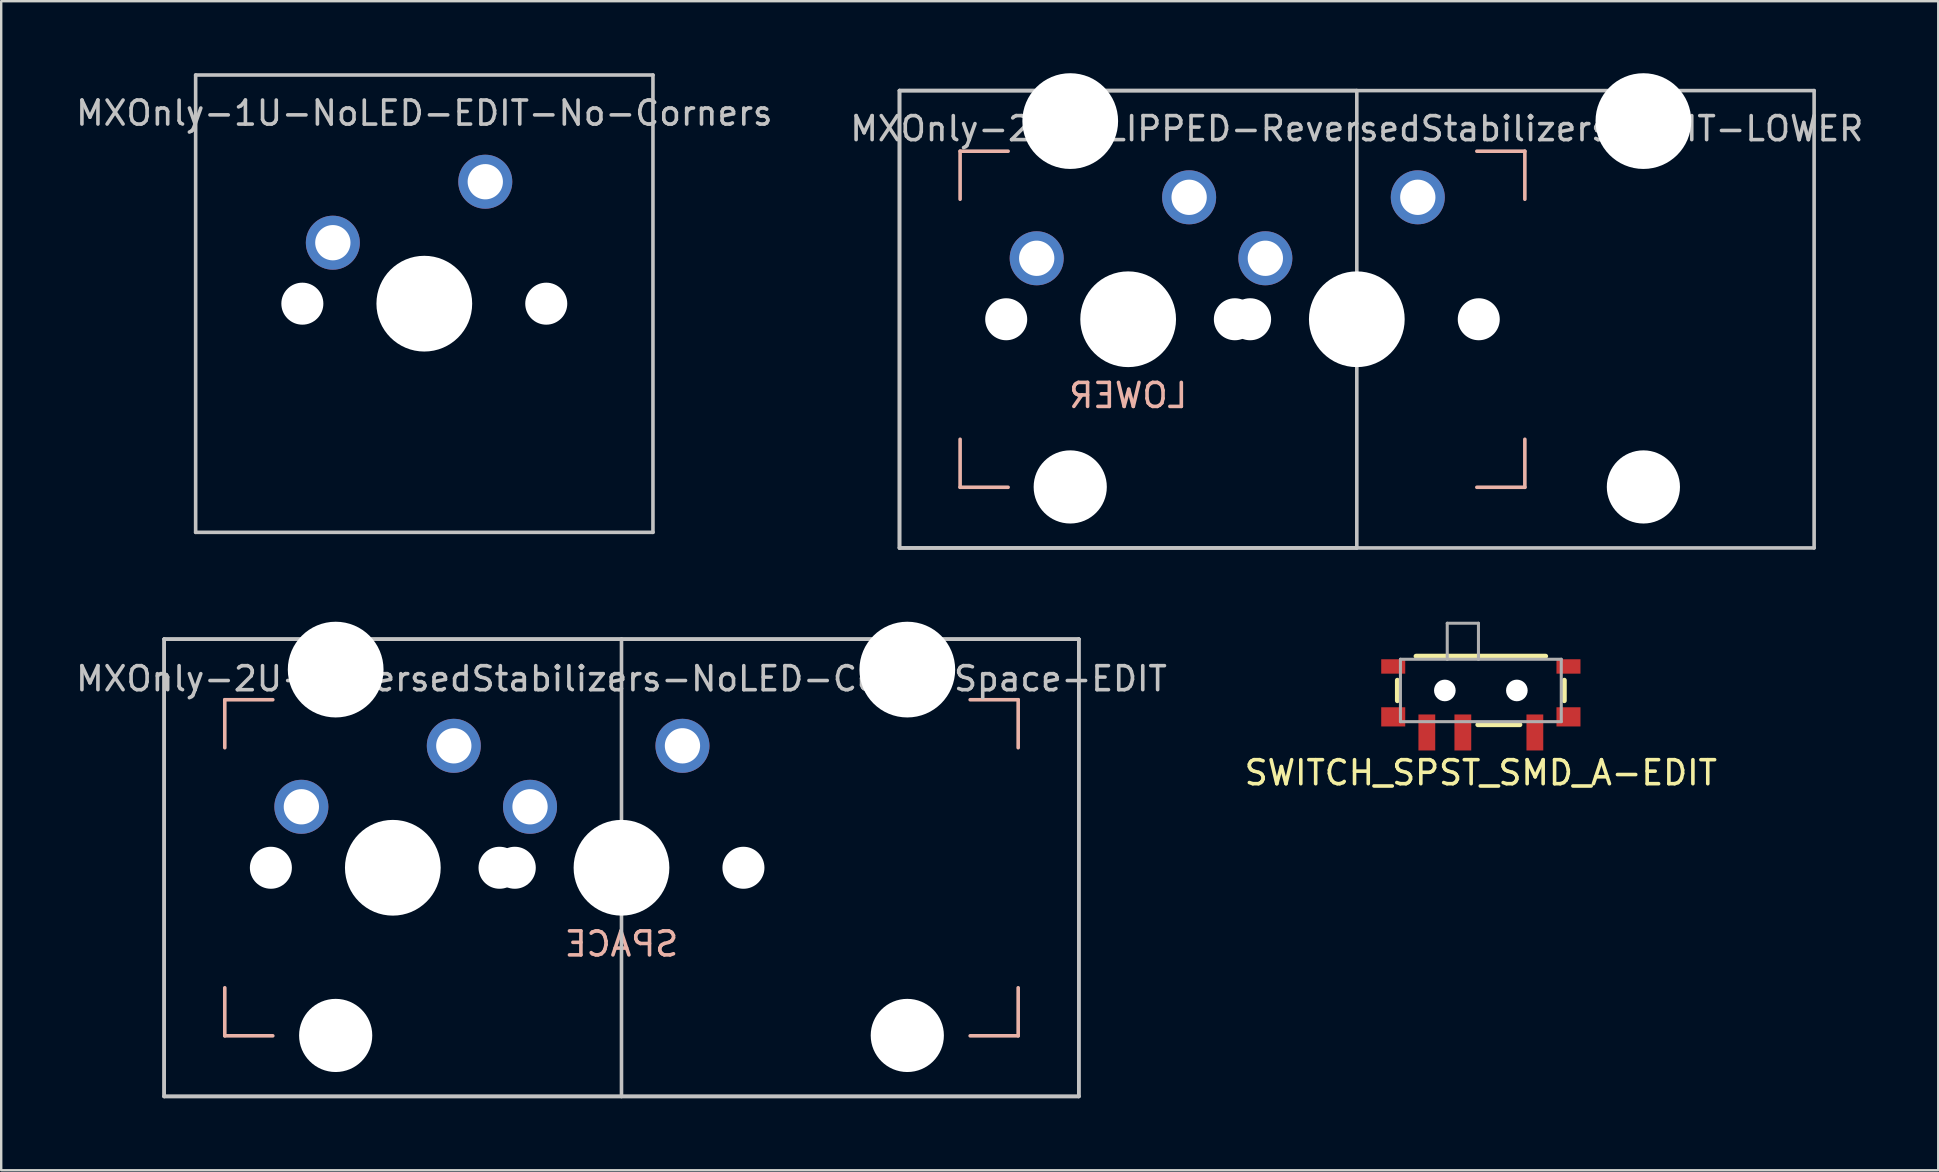
<source format=kicad_pcb>
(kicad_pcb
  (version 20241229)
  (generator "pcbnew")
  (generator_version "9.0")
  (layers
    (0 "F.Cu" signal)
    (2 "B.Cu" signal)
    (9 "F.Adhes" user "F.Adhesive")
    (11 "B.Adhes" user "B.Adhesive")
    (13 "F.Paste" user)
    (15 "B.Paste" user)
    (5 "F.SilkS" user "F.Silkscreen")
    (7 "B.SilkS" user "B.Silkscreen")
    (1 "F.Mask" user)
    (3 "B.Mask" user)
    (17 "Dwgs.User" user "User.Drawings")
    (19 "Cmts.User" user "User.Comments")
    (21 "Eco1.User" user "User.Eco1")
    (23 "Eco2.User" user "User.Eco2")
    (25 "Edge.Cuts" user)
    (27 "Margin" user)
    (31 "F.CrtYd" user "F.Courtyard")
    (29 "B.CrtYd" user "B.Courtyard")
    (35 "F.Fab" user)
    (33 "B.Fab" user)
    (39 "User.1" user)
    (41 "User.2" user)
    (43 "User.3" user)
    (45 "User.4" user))
  (footprint "MXOnly-1U-NoLED-EDIT-No-Corners"
    (layer "F.Cu")
    (at 14.625 9.6)
    (property "Reference" "MXOnly-1U-NoLED-EDIT-No-Corners" (at 0 -7.938 0) (layer "Dwgs.User") (effects (font (size 1 1) (thickness 0.15))))
    (attr through_hole)
    (fp_line (start -9.525 -9.525) (end 9.525 -9.525) (stroke (width 0.15) (type solid)) (layer "Dwgs.User"))
    (fp_line (start -9.525 9.525) (end -9.525 -9.525) (stroke (width 0.15) (type solid)) (layer "Dwgs.User"))
    (fp_line (start 9.525 -9.525) (end 9.525 9.525) (stroke (width 0.15) (type solid)) (layer "Dwgs.User"))
    (fp_line (start 9.525 9.525) (end -9.525 9.525) (stroke (width 0.15) (type solid)) (layer "Dwgs.User"))
    (pad "" np_thru_hole circle (at -5.08 0 48.1) (size 1.75 1.75) (drill 1.75) (layers "*.Cu" "*.Mask"))
    (pad "" np_thru_hole circle (at 0 0) (size 3.988 3.988) (drill 3.988) (layers "*.Cu" "*.Mask"))
    (pad "" np_thru_hole circle (at 5.08 0 48.1) (size 1.75 1.75) (drill 1.75) (layers "*.Cu" "*.Mask"))
    (pad "1" thru_hole circle (at -3.81 -2.54) (size 2.25 2.25) (drill 1.47) (layers "*.Cu" "B.Mask"))
    (pad "2" thru_hole circle (at 2.54 -5.08) (size 2.25 2.25) (drill 1.47) (layers "*.Cu" "B.Mask")))
  (footprint "SWITCH_SPST_SMD_A-EDIT"
    (layer "F.Cu")
    (at 58.637 25.712)
    (property "Reference" "SWITCH_SPST_SMD_A-EDIT" (at 0 3.429 0) (layer "F.SilkS") (effects (font (size 1 1) (thickness 0.15))))
    (attr through_hole)
    (fp_line (start -3.477 -0.427) (end -3.477 0.427) (stroke (width 0.203) (type solid)) (layer "F.SilkS"))
    (fp_line (start 1.627 1.427) (end -0.127 1.427) (stroke (width 0.203) (type solid)) (layer "F.SilkS"))
    (fp_line (start 2.7 -1.427) (end -2.7 -1.427) (stroke (width 0.203) (type solid)) (layer "F.SilkS"))
    (fp_line (start 3.477 -0.427) (end 3.477 0.427) (stroke (width 0.203) (type solid)) (layer "F.SilkS"))
    (fp_line (start -3.35 -1.3) (end -3.35 1.3) (stroke (width 0.127) (type solid)) (layer "F.Fab"))
    (fp_line (start -3.35 1.3) (end 3.35 1.3) (stroke (width 0.127) (type solid)) (layer "F.Fab"))
    (fp_line (start -1.4 -2.8) (end -1.4 -1.3) (stroke (width 0.127) (type solid)) (layer "F.Fab"))
    (fp_line (start -1.4 -1.3) (end -3.35 -1.3) (stroke (width 0.127) (type solid)) (layer "F.Fab"))
    (fp_line (start -0.1 -2.8) (end -1.4 -2.8) (stroke (width 0.127) (type solid)) (layer "F.Fab"))
    (fp_line (start -0.1 -1.3) (end -1.4 -1.3) (stroke (width 0.127) (type solid)) (layer "F.Fab"))
    (fp_line (start -0.1 -1.3) (end -0.1 -2.8) (stroke (width 0.127) (type solid)) (layer "F.Fab"))
    (fp_line (start 3.35 -1.3) (end -0.1 -1.3) (stroke (width 0.127) (type solid)) (layer "F.Fab"))
    (fp_line (start 3.35 1.3) (end 3.35 -1.3) (stroke (width 0.127) (type solid)) (layer "F.Fab"))
    (pad "" np_thru_hole circle (at -1.5 0) (size 0.9 0.9) (drill 0.9) (layers "*.Cu" "*.Mask"))
    (pad "" np_thru_hole circle (at 1.5 0) (size 0.9 0.9) (drill 0.9) (layers "*.Cu" "*.Mask"))
    (pad "1" smd rect (at -2.25 1.75 180) (size 0.7 1.5) (layers "F.Cu" "F.Mask" "F.Paste"))
    (pad "2" smd rect (at -0.75 1.75 180) (size 0.7 1.5) (layers "F.Cu" "F.Mask" "F.Paste"))
    (pad "3" smd rect (at -3.65 -1) (size 1 0.6) (layers "F.Cu" "F.Mask" "F.Paste"))
    (pad "3" smd rect (at -3.65 1.1) (size 1 0.8) (layers "F.Cu" "F.Mask" "F.Paste"))
    (pad "3" smd rect (at 2.25 1.75 180) (size 0.7 1.5) (layers "F.Cu" "F.Mask" "F.Paste"))
    (pad "3" smd rect (at 3.65 -1) (size 1 0.6) (layers "F.Cu" "F.Mask" "F.Paste"))
    (pad "3" smd rect (at 3.65 1.1) (size 1 0.8) (layers "F.Cu" "F.Mask" "F.Paste")))
  (footprint "MXOnly-2U-ReversedStabilizers-NoLED-ComboSpace-EDIT"
    (layer "F.Cu")
    (at 22.839 33.098)
    (property "Reference" "MXOnly-2U-ReversedStabilizers-NoLED-ComboSpace-EDIT" (at 0 -7.874 0) (layer "Dwgs.User") (effects (font (size 1 1) (thickness 0.15))))
    (attr through_hole)
    (fp_line (start -16.525 -7) (end -16.525 -5) (stroke (width 0.15) (type solid)) (layer "B.SilkS"))
    (fp_line (start -16.525 5) (end -16.525 7) (stroke (width 0.15) (type solid)) (layer "B.SilkS"))
    (fp_line (start -16.525 7) (end -14.525 7) (stroke (width 0.15) (type solid)) (layer "B.SilkS"))
    (fp_line (start -14.525 -7) (end -16.525 -7) (stroke (width 0.15) (type solid)) (layer "B.SilkS"))
    (fp_line (start 14.525 -7) (end 16.525 -7) (stroke (width 0.15) (type solid)) (layer "B.SilkS"))
    (fp_line (start 14.525 7) (end 16.525 7) (stroke (width 0.15) (type solid)) (layer "B.SilkS"))
    (fp_line (start 16.525 -7) (end 16.525 -5) (stroke (width 0.15) (type solid)) (layer "B.SilkS"))
    (fp_line (start 16.525 7) (end 16.525 5) (stroke (width 0.15) (type solid)) (layer "B.SilkS"))
    (fp_line (start -19.05 -9.525) (end 0 -9.525) (stroke (width 0.15) (type solid)) (layer "Dwgs.User"))
    (fp_line (start -19.05 -9.525) (end 19.05 -9.525) (stroke (width 0.15) (type solid)) (layer "Dwgs.User"))
    (fp_line (start -19.05 9.525) (end -19.05 -9.525) (stroke (width 0.15) (type solid)) (layer "Dwgs.User"))
    (fp_line (start -19.05 9.525) (end -19.05 -9.525) (stroke (width 0.15) (type solid)) (layer "Dwgs.User"))
    (fp_line (start -19.05 9.525) (end 19.05 9.525) (stroke (width 0.15) (type solid)) (layer "Dwgs.User"))
    (fp_line (start 0 -9.525) (end 0 9.525) (stroke (width 0.15) (type solid)) (layer "Dwgs.User"))
    (fp_line (start 0 -9.525) (end 19.05 -9.525) (stroke (width 0.15) (type solid)) (layer "Dwgs.User"))
    (fp_line (start 0 9.525) (end -19.05 9.525) (stroke (width 0.15) (type solid)) (layer "Dwgs.User"))
    (fp_line (start 19.05 -9.525) (end 19.05 9.525) (stroke (width 0.15) (type solid)) (layer "Dwgs.User"))
    (fp_line (start 19.05 -9.525) (end 19.05 9.525) (stroke (width 0.15) (type solid)) (layer "Dwgs.User"))
    (fp_line (start 19.05 9.525) (end 0 9.525) (stroke (width 0.15) (type solid)) (layer "Dwgs.User"))
    (fp_text user "SPACE" (at 0 3.175 0) (layer "B.SilkS") (effects (font (size 1 1) (thickness 0.15)) (justify mirror)))
    (pad "" np_thru_hole circle (at -14.605 0 48.1) (size 1.75 1.75) (drill 1.75) (layers "*.Cu" "*.Mask"))
    (pad "" np_thru_hole circle (at -11.906 -8.255) (size 3.988 3.988) (drill 3.988) (layers "*.Cu" "*.Mask"))
    (pad "" np_thru_hole circle (at -11.906 6.985) (size 3.048 3.048) (drill 3.048) (layers "*.Cu" "*.Mask"))
    (pad "" np_thru_hole circle (at -9.525 0) (size 3.988 3.988) (drill 3.988) (layers "*.Cu" "*.Mask"))
    (pad "" np_thru_hole circle (at -5.08 0 48.1) (size 1.75 1.75) (drill 1.75) (layers "*.Cu" "*.Mask"))
    (pad "" np_thru_hole circle (at -4.445 0 48.1) (size 1.75 1.75) (drill 1.75) (layers "*.Cu" "*.Mask"))
    (pad "" np_thru_hole circle (at 0 0) (size 3.988 3.988) (drill 3.988) (layers "*.Cu" "*.Mask"))
    (pad "" np_thru_hole circle (at 5.08 0 48.1) (size 1.75 1.75) (drill 1.75) (layers "*.Cu" "*.Mask"))
    (pad "" np_thru_hole circle (at 11.906 -8.255) (size 3.988 3.988) (drill 3.988) (layers "*.Cu" "*.Mask"))
    (pad "" np_thru_hole circle (at 11.906 6.985) (size 3.048 3.048) (drill 3.048) (layers "*.Cu" "*.Mask"))
    (pad "1" thru_hole circle (at -13.335 -2.54) (size 2.25 2.25) (drill 1.47) (layers "*.Cu" "*.Mask"))
    (pad "1" thru_hole circle (at -3.81 -2.54) (size 2.25 2.25) (drill 1.47) (layers "*.Cu" "*.Mask"))
    (pad "2" thru_hole circle (at -6.985 -5.08) (size 2.25 2.25) (drill 1.47) (layers "*.Cu" "*.Mask"))
    (pad "2" thru_hole circle (at 2.54 -5.08) (size 2.25 2.25) (drill 1.47) (layers "*.Cu" "*.Mask")))
  (footprint "MXOnly-2U-FLIPPED-ReversedStabilizers-EDIT-LOWER"
    (layer "F.Cu")
    (at 53.47 10.249)
    (property "Reference" "MXOnly-2U-FLIPPED-ReversedStabilizers-EDIT-LOWER" (at 0 -7.938 0) (layer "Dwgs.User") (effects (font (size 1 1) (thickness 0.15))))
    (attr through_hole)
    (fp_line (start -16.525 -7) (end -16.525 -5) (stroke (width 0.15) (type solid)) (layer "B.SilkS"))
    (fp_line (start -16.525 5) (end -16.525 7) (stroke (width 0.15) (type solid)) (layer "B.SilkS"))
    (fp_line (start -16.525 7) (end -14.525 7) (stroke (width 0.15) (type solid)) (layer "B.SilkS"))
    (fp_line (start -14.525 -7) (end -16.525 -7) (stroke (width 0.15) (type solid)) (layer "B.SilkS"))
    (fp_line (start 5 -7) (end 7 -7) (stroke (width 0.15) (type solid)) (layer "B.SilkS"))
    (fp_line (start 5 7) (end 7 7) (stroke (width 0.15) (type solid)) (layer "B.SilkS"))
    (fp_line (start 7 -7) (end 7 -5) (stroke (width 0.15) (type solid)) (layer "B.SilkS"))
    (fp_line (start 7 7) (end 7 5) (stroke (width 0.15) (type solid)) (layer "B.SilkS"))
    (fp_line (start -19.05 -9.525) (end 0 -9.525) (stroke (width 0.15) (type solid)) (layer "Dwgs.User"))
    (fp_line (start -19.05 -9.525) (end 19.05 -9.525) (stroke (width 0.15) (type solid)) (layer "Dwgs.User"))
    (fp_line (start -19.05 9.525) (end -19.05 -9.525) (stroke (width 0.15) (type solid)) (layer "Dwgs.User"))
    (fp_line (start -19.05 9.525) (end -19.05 -9.525) (stroke (width 0.15) (type solid)) (layer "Dwgs.User"))
    (fp_line (start -19.05 9.525) (end 19.05 9.525) (stroke (width 0.15) (type solid)) (layer "Dwgs.User"))
    (fp_line (start 0 -9.525) (end 0 9.525) (stroke (width 0.15) (type solid)) (layer "Dwgs.User"))
    (fp_line (start 0 9.525) (end -19.05 9.525) (stroke (width 0.15) (type solid)) (layer "Dwgs.User"))
    (fp_line (start 19.05 -9.525) (end 19.05 9.525) (stroke (width 0.15) (type solid)) (layer "Dwgs.User"))
    (fp_text user "LOWER" (at -9.525 3.175 0) (layer "B.SilkS") (effects (font (size 1 1) (thickness 0.15)) (justify mirror)))
    (pad "" np_thru_hole circle (at -14.605 0 48.1) (size 1.75 1.75) (drill 1.75) (layers "*.Cu" "*.Mask"))
    (pad "" np_thru_hole circle (at -11.938 -8.255) (size 3.988 3.988) (drill 3.988) (layers "*.Cu" "*.Mask"))
    (pad "" np_thru_hole circle (at -11.938 6.985) (size 3.048 3.048) (drill 3.048) (layers "*.Cu" "*.Mask"))
    (pad "" np_thru_hole circle (at -9.525 0) (size 3.988 3.988) (drill 3.988) (layers "*.Cu" "*.Mask"))
    (pad "" np_thru_hole circle (at -5.08 0 48.1) (size 1.75 1.75) (drill 1.75) (layers "*.Cu" "*.Mask"))
    (pad "" np_thru_hole circle (at -4.445 0 48.1) (size 1.75 1.75) (drill 1.75) (layers "*.Cu" "*.Mask"))
    (pad "" np_thru_hole circle (at 0 0) (size 3.988 3.988) (drill 3.988) (layers "*.Cu" "*.Mask"))
    (pad "" np_thru_hole circle (at 5.08 0 48.1) (size 1.75 1.75) (drill 1.75) (layers "*.Cu" "*.Mask"))
    (pad "" np_thru_hole circle (at 11.938 -8.255) (size 3.988 3.988) (drill 3.988) (layers "*.Cu" "*.Mask"))
    (pad "" np_thru_hole circle (at 11.938 6.985) (size 3.048 3.048) (drill 3.048) (layers "*.Cu" "*.Mask"))
    (pad "1" thru_hole circle (at -13.335 -2.54) (size 2.25 2.25) (drill 1.47) (layers "*.Cu" "*.Mask"))
    (pad "1" thru_hole circle (at -3.81 -2.54) (size 2.25 2.25) (drill 1.47) (layers "*.Cu" "B.Mask"))
    (pad "2" thru_hole circle (at -6.985 -5.08) (size 2.25 2.25) (drill 1.47) (layers "*.Cu" "*.Mask"))
    (pad "2" thru_hole circle (at 2.54 -5.08) (size 2.25 2.25) (drill 1.47) (layers "*.Cu" "B.Mask")))
  (gr_rect
    (start -3 -3)
    (end 77.69 45.698)
    (stroke (width 0.1) (type default))
    (fill no)
    (layer "Edge.Cuts")))
</source>
